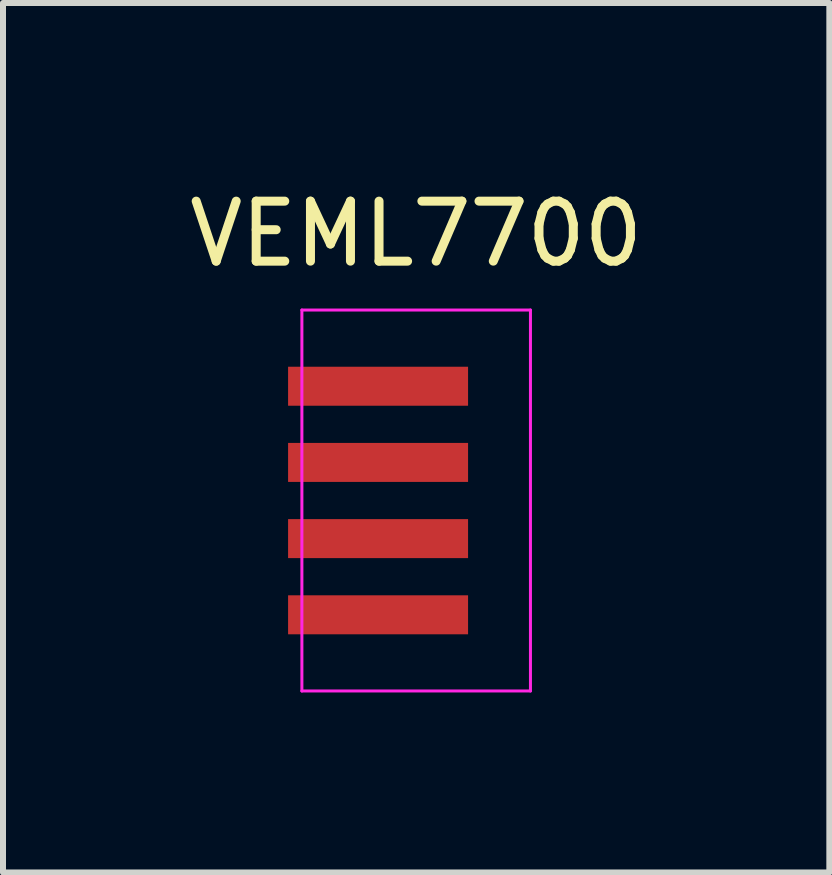
<source format=kicad_pcb>
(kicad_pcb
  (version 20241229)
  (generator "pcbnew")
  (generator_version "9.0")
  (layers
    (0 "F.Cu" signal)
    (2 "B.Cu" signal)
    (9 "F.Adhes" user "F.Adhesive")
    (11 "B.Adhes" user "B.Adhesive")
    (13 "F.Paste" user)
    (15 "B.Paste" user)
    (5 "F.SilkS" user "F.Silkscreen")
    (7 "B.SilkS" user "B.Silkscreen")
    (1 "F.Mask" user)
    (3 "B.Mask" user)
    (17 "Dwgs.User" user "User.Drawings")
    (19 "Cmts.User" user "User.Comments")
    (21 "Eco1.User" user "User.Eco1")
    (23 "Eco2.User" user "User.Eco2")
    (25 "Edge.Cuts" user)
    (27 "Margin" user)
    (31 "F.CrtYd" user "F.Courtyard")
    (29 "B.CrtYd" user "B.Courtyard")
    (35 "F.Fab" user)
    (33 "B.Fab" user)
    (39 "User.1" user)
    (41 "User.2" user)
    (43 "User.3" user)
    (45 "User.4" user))
  (footprint "VEML7700"
    (layer "F.Cu")
    (at 3.887 5.293)
    (property "Reference" "VEML7700" (at 0 -4.445 0) (layer "F.SilkS") (effects (font (size 1 1) (thickness 0.15))))
    (attr smd)
    (fp_line (start -1.905 -3.175) (end -1.905 3.175) (stroke (width 0.05) (type solid)) (layer "F.CrtYd"))
    (fp_line (start 1.905 -3.175) (end -1.905 -3.175) (stroke (width 0.05) (type solid)) (layer "F.CrtYd"))
    (fp_line (start 1.905 3.175) (end -1.905 3.175) (stroke (width 0.05) (type solid)) (layer "F.CrtYd"))
    (fp_line (start 1.905 3.175) (end 1.905 -3.175) (stroke (width 0.05) (type solid)) (layer "F.CrtYd"))
    (pad "1" smd rect (at -0.635 -1.905) (size 3 0.65) (layers "F.Cu" "F.Mask" "F.Paste"))
    (pad "2" smd rect (at -0.635 -0.635) (size 3 0.65) (layers "F.Cu" "F.Mask" "F.Paste"))
    (pad "3" smd rect (at -0.635 0.635) (size 3 0.65) (layers "F.Cu" "F.Mask" "F.Paste"))
    (pad "4" smd rect (at -0.635 1.905) (size 3 0.65) (layers "F.Cu" "F.Mask" "F.Paste")))
  (gr_rect
    (start -3 -3)
    (end 10.774 11.493)
    (stroke (width 0.1) (type default))
    (fill no)
    (layer "Edge.Cuts")))
</source>
